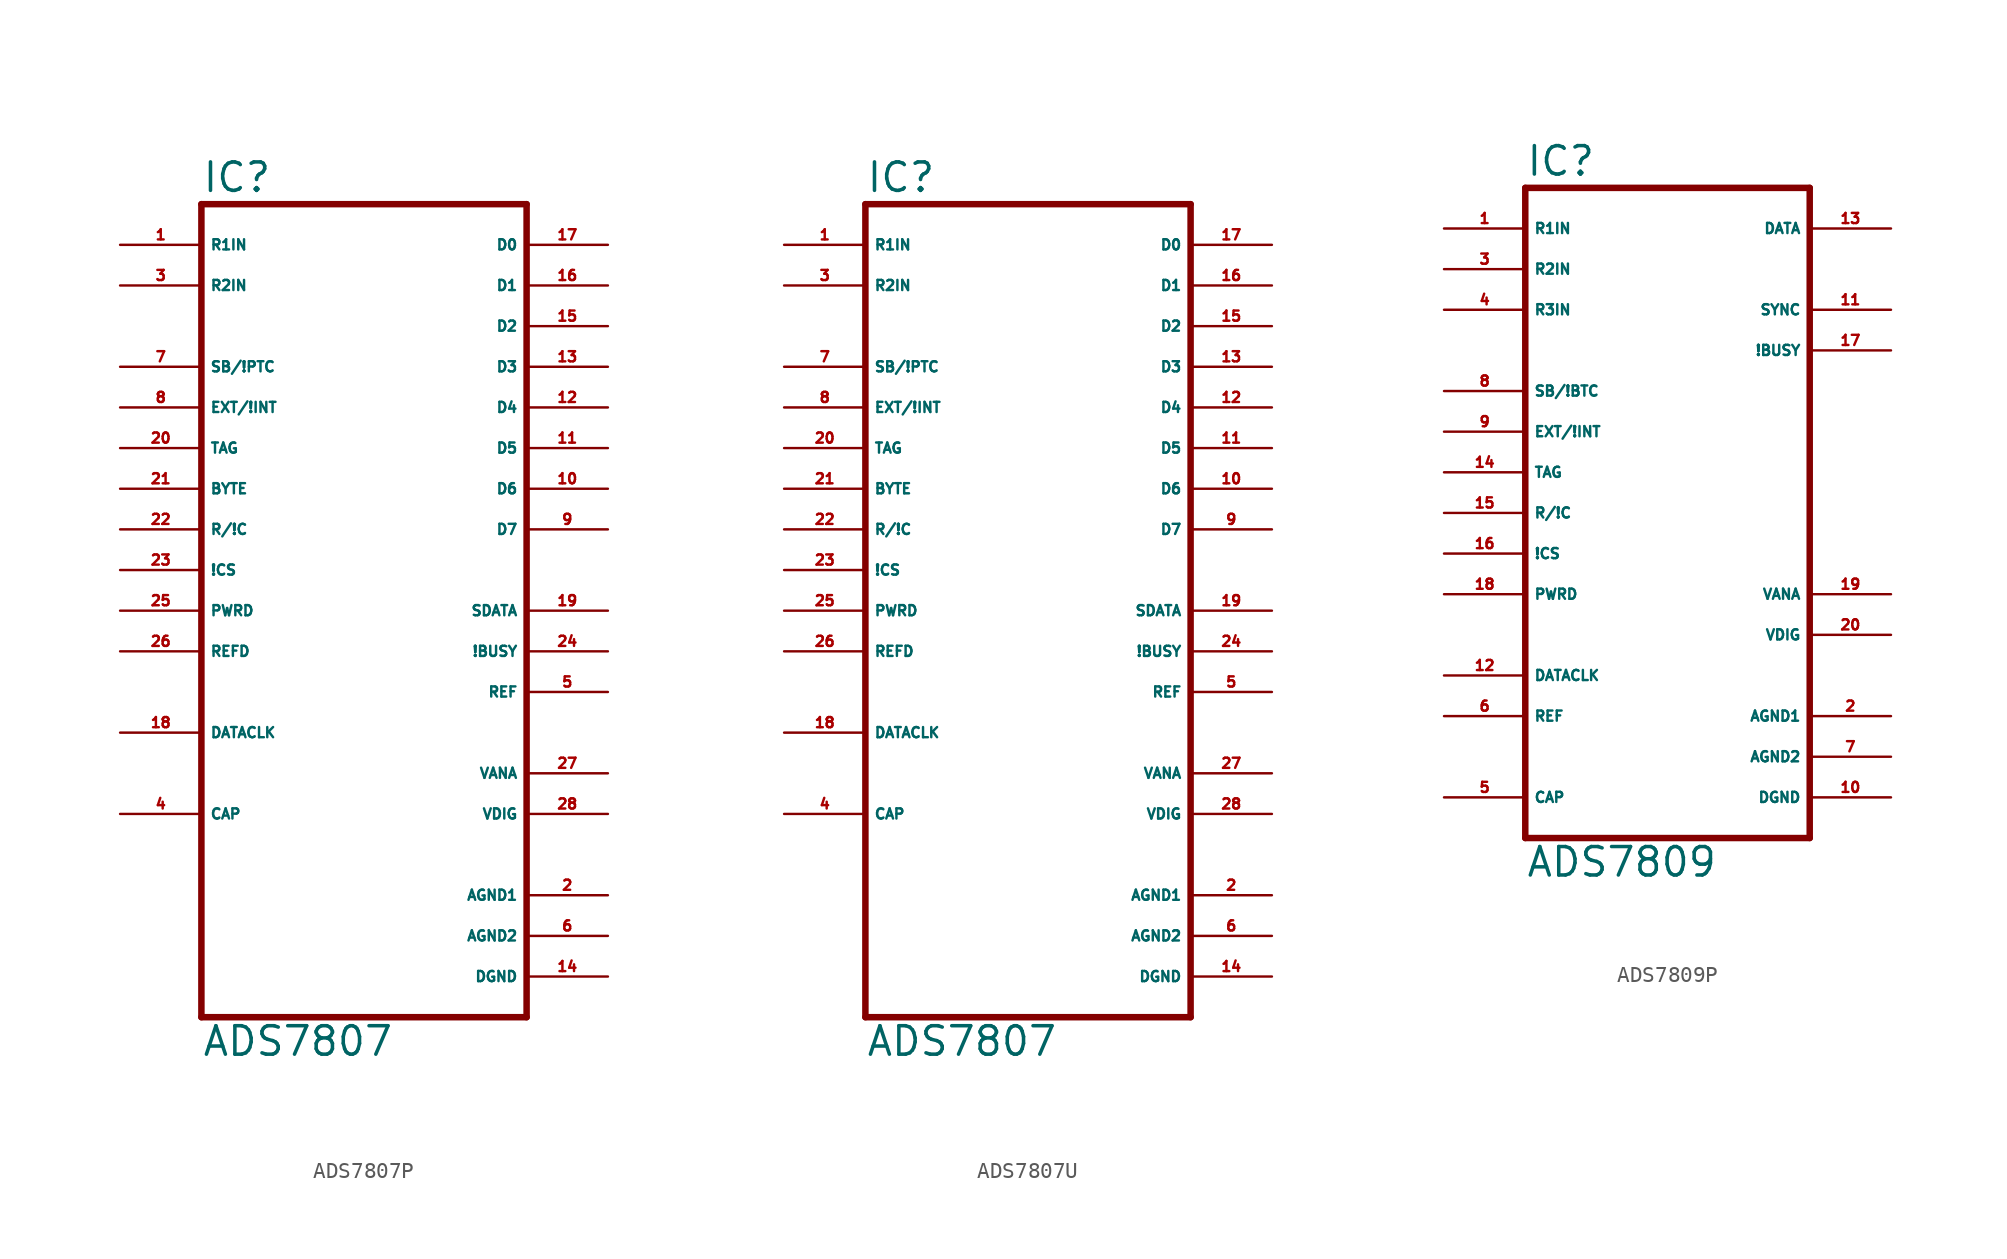
<source format=kicad_sym>
(kicad_symbol_lib
  (version 20220914)
  (generator Eagle2Kicad)
  (symbol "ADS7807P"
    (property "Reference" "IC"
      (at -10.16 26.035 0)
      (effects (font (size 1.778 1.778) (thickness 0.22)) (justify left bottom)))
    (property "Value" "ADS7807"
      (at -10.16 -27.94 0)
      (effects (font (size 1.778 1.778) (thickness 0.22)) (justify left bottom)))
    (polyline
      (pts (xy 10.16 -25.4) (xy 10.16 25.4))
      (stroke (width 0.406) (type default))
      (fill (type none)))
    (polyline
      (pts (xy 10.16 25.4) (xy -10.16 25.4))
      (stroke (width 0.406) (type default))
      (fill (type none)))
    (polyline
      (pts (xy -10.16 25.4) (xy -10.16 -25.4))
      (stroke (width 0.406) (type default))
      (fill (type none)))
    (polyline
      (pts (xy -10.16 -25.4) (xy 10.16 -25.4))
      (stroke (width 0.406) (type default))
      (fill (type none)))
    (pin input line
      (at -15.24 22.86 0)
      (length 5.08)
      (name "R1IN" (effects (font (size 0.635 0.635) (thickness 0.08)) (justify left bottom)))
      (number "1" (effects (font (size 0.635 0.635) (thickness 0.08)) (justify left bottom))))
    (pin input line
      (at -15.24 20.32 0)
      (length 5.08)
      (name "R2IN" (effects (font (size 0.635 0.635) (thickness 0.08)) (justify left bottom)))
      (number "3" (effects (font (size 0.635 0.635) (thickness 0.08)) (justify left bottom))))
    (pin input line
      (at -15.24 15.24 0)
      (length 5.08)
      (name "SB/!PTC" (effects (font (size 0.635 0.635) (thickness 0.08)) (justify left bottom)))
      (number "7" (effects (font (size 0.635 0.635) (thickness 0.08)) (justify left bottom))))
    (pin input line
      (at -15.24 12.7 0)
      (length 5.08)
      (name "EXT/!INT" (effects (font (size 0.635 0.635) (thickness 0.08)) (justify left bottom)))
      (number "8" (effects (font (size 0.635 0.635) (thickness 0.08)) (justify left bottom))))
    (pin input line
      (at -15.24 10.16 0)
      (length 5.08)
      (name "TAG" (effects (font (size 0.635 0.635) (thickness 0.08)) (justify left bottom)))
      (number "20" (effects (font (size 0.635 0.635) (thickness 0.08)) (justify left bottom))))
    (pin input line
      (at -15.24 7.62 0)
      (length 5.08)
      (name "BYTE" (effects (font (size 0.635 0.635) (thickness 0.08)) (justify left bottom)))
      (number "21" (effects (font (size 0.635 0.635) (thickness 0.08)) (justify left bottom))))
    (pin input line
      (at -15.24 5.08 0)
      (length 5.08)
      (name "R/!C" (effects (font (size 0.635 0.635) (thickness 0.08)) (justify left bottom)))
      (number "22" (effects (font (size 0.635 0.635) (thickness 0.08)) (justify left bottom))))
    (pin input line
      (at -15.24 2.54 0)
      (length 5.08)
      (name "!CS" (effects (font (size 0.635 0.635) (thickness 0.08)) (justify left bottom)))
      (number "23" (effects (font (size 0.635 0.635) (thickness 0.08)) (justify left bottom))))
    (pin input line
      (at -15.24 0 0)
      (length 5.08)
      (name "PWRD" (effects (font (size 0.635 0.635) (thickness 0.08)) (justify left bottom)))
      (number "25" (effects (font (size 0.635 0.635) (thickness 0.08)) (justify left bottom))))
    (pin input line
      (at -15.24 -2.54 0)
      (length 5.08)
      (name "REFD" (effects (font (size 0.635 0.635) (thickness 0.08)) (justify left bottom)))
      (number "26" (effects (font (size 0.635 0.635) (thickness 0.08)) (justify left bottom))))
    (pin bidirectional line
      (at -15.24 -7.62 0)
      (length 5.08)
      (name "DATACLK" (effects (font (size 0.635 0.635) (thickness 0.08)) (justify left bottom)))
      (number "18" (effects (font (size 0.635 0.635) (thickness 0.08)) (justify left bottom))))
    (pin output line
      (at 15.24 22.86 180)
      (length 5.08)
      (name "D0" (effects (font (size 0.635 0.635) (thickness 0.08)) (justify left bottom)))
      (number "17" (effects (font (size 0.635 0.635) (thickness 0.08)) (justify left bottom))))
    (pin output line
      (at 15.24 20.32 180)
      (length 5.08)
      (name "D1" (effects (font (size 0.635 0.635) (thickness 0.08)) (justify left bottom)))
      (number "16" (effects (font (size 0.635 0.635) (thickness 0.08)) (justify left bottom))))
    (pin output line
      (at 15.24 17.78 180)
      (length 5.08)
      (name "D2" (effects (font (size 0.635 0.635) (thickness 0.08)) (justify left bottom)))
      (number "15" (effects (font (size 0.635 0.635) (thickness 0.08)) (justify left bottom))))
    (pin output line
      (at 15.24 15.24 180)
      (length 5.08)
      (name "D3" (effects (font (size 0.635 0.635) (thickness 0.08)) (justify left bottom)))
      (number "13" (effects (font (size 0.635 0.635) (thickness 0.08)) (justify left bottom))))
    (pin output line
      (at 15.24 12.7 180)
      (length 5.08)
      (name "D4" (effects (font (size 0.635 0.635) (thickness 0.08)) (justify left bottom)))
      (number "12" (effects (font (size 0.635 0.635) (thickness 0.08)) (justify left bottom))))
    (pin output line
      (at 15.24 10.16 180)
      (length 5.08)
      (name "D5" (effects (font (size 0.635 0.635) (thickness 0.08)) (justify left bottom)))
      (number "11" (effects (font (size 0.635 0.635) (thickness 0.08)) (justify left bottom))))
    (pin output line
      (at 15.24 7.62 180)
      (length 5.08)
      (name "D6" (effects (font (size 0.635 0.635) (thickness 0.08)) (justify left bottom)))
      (number "10" (effects (font (size 0.635 0.635) (thickness 0.08)) (justify left bottom))))
    (pin output line
      (at 15.24 5.08 180)
      (length 5.08)
      (name "D7" (effects (font (size 0.635 0.635) (thickness 0.08)) (justify left bottom)))
      (number "9" (effects (font (size 0.635 0.635) (thickness 0.08)) (justify left bottom))))
    (pin output line
      (at 15.24 0 180)
      (length 5.08)
      (name "SDATA" (effects (font (size 0.635 0.635) (thickness 0.08)) (justify left bottom)))
      (number "19" (effects (font (size 0.635 0.635) (thickness 0.08)) (justify left bottom))))
    (pin output line
      (at 15.24 -2.54 180)
      (length 5.08)
      (name "!BUSY" (effects (font (size 0.635 0.635) (thickness 0.08)) (justify left bottom)))
      (number "24" (effects (font (size 0.635 0.635) (thickness 0.08)) (justify left bottom))))
    (pin passive line
      (at -15.24 -12.7 0)
      (length 5.08)
      (name "CAP" (effects (font (size 0.635 0.635) (thickness 0.08)) (justify left bottom)))
      (number "4" (effects (font (size 0.635 0.635) (thickness 0.08)) (justify left bottom))))
    (pin output line
      (at 15.24 -5.08 180)
      (length 5.08)
      (name "REF" (effects (font (size 0.635 0.635) (thickness 0.08)) (justify left bottom)))
      (number "5" (effects (font (size 0.635 0.635) (thickness 0.08)) (justify left bottom))))
    (pin unspecified line
      (at 15.24 -10.16 180)
      (length 5.08)
      (name "VANA" (effects (font (size 0.635 0.635) (thickness 0.08)) (justify left bottom)))
      (number "27" (effects (font (size 0.635 0.635) (thickness 0.08)) (justify left bottom))))
    (pin unspecified line
      (at 15.24 -12.7 180)
      (length 5.08)
      (name "VDIG" (effects (font (size 0.635 0.635) (thickness 0.08)) (justify left bottom)))
      (number "28" (effects (font (size 0.635 0.635) (thickness 0.08)) (justify left bottom))))
    (pin unspecified line
      (at 15.24 -17.78 180)
      (length 5.08)
      (name "AGND1" (effects (font (size 0.635 0.635) (thickness 0.08)) (justify left bottom)))
      (number "2" (effects (font (size 0.635 0.635) (thickness 0.08)) (justify left bottom))))
    (pin unspecified line
      (at 15.24 -20.32 180)
      (length 5.08)
      (name "AGND2" (effects (font (size 0.635 0.635) (thickness 0.08)) (justify left bottom)))
      (number "6" (effects (font (size 0.635 0.635) (thickness 0.08)) (justify left bottom))))
    (pin unspecified line
      (at 15.24 -22.86 180)
      (length 5.08)
      (name "DGND" (effects (font (size 0.635 0.635) (thickness 0.08)) (justify left bottom)))
      (number "14" (effects (font (size 0.635 0.635) (thickness 0.08)) (justify left bottom)))))
  (symbol "ADS7807U"
    (property "Reference" "IC"
      (at -10.16 26.035 0)
      (effects (font (size 1.778 1.778) (thickness 0.22)) (justify left bottom)))
    (property "Value" "ADS7807"
      (at -10.16 -27.94 0)
      (effects (font (size 1.778 1.778) (thickness 0.22)) (justify left bottom)))
    (polyline
      (pts (xy 10.16 -25.4) (xy 10.16 25.4))
      (stroke (width 0.406) (type default))
      (fill (type none)))
    (polyline
      (pts (xy 10.16 25.4) (xy -10.16 25.4))
      (stroke (width 0.406) (type default))
      (fill (type none)))
    (polyline
      (pts (xy -10.16 25.4) (xy -10.16 -25.4))
      (stroke (width 0.406) (type default))
      (fill (type none)))
    (polyline
      (pts (xy -10.16 -25.4) (xy 10.16 -25.4))
      (stroke (width 0.406) (type default))
      (fill (type none)))
    (pin input line
      (at -15.24 22.86 0)
      (length 5.08)
      (name "R1IN" (effects (font (size 0.635 0.635) (thickness 0.08)) (justify left bottom)))
      (number "1" (effects (font (size 0.635 0.635) (thickness 0.08)) (justify left bottom))))
    (pin input line
      (at -15.24 20.32 0)
      (length 5.08)
      (name "R2IN" (effects (font (size 0.635 0.635) (thickness 0.08)) (justify left bottom)))
      (number "3" (effects (font (size 0.635 0.635) (thickness 0.08)) (justify left bottom))))
    (pin input line
      (at -15.24 15.24 0)
      (length 5.08)
      (name "SB/!PTC" (effects (font (size 0.635 0.635) (thickness 0.08)) (justify left bottom)))
      (number "7" (effects (font (size 0.635 0.635) (thickness 0.08)) (justify left bottom))))
    (pin input line
      (at -15.24 12.7 0)
      (length 5.08)
      (name "EXT/!INT" (effects (font (size 0.635 0.635) (thickness 0.08)) (justify left bottom)))
      (number "8" (effects (font (size 0.635 0.635) (thickness 0.08)) (justify left bottom))))
    (pin input line
      (at -15.24 10.16 0)
      (length 5.08)
      (name "TAG" (effects (font (size 0.635 0.635) (thickness 0.08)) (justify left bottom)))
      (number "20" (effects (font (size 0.635 0.635) (thickness 0.08)) (justify left bottom))))
    (pin input line
      (at -15.24 7.62 0)
      (length 5.08)
      (name "BYTE" (effects (font (size 0.635 0.635) (thickness 0.08)) (justify left bottom)))
      (number "21" (effects (font (size 0.635 0.635) (thickness 0.08)) (justify left bottom))))
    (pin input line
      (at -15.24 5.08 0)
      (length 5.08)
      (name "R/!C" (effects (font (size 0.635 0.635) (thickness 0.08)) (justify left bottom)))
      (number "22" (effects (font (size 0.635 0.635) (thickness 0.08)) (justify left bottom))))
    (pin input line
      (at -15.24 2.54 0)
      (length 5.08)
      (name "!CS" (effects (font (size 0.635 0.635) (thickness 0.08)) (justify left bottom)))
      (number "23" (effects (font (size 0.635 0.635) (thickness 0.08)) (justify left bottom))))
    (pin input line
      (at -15.24 0 0)
      (length 5.08)
      (name "PWRD" (effects (font (size 0.635 0.635) (thickness 0.08)) (justify left bottom)))
      (number "25" (effects (font (size 0.635 0.635) (thickness 0.08)) (justify left bottom))))
    (pin input line
      (at -15.24 -2.54 0)
      (length 5.08)
      (name "REFD" (effects (font (size 0.635 0.635) (thickness 0.08)) (justify left bottom)))
      (number "26" (effects (font (size 0.635 0.635) (thickness 0.08)) (justify left bottom))))
    (pin bidirectional line
      (at -15.24 -7.62 0)
      (length 5.08)
      (name "DATACLK" (effects (font (size 0.635 0.635) (thickness 0.08)) (justify left bottom)))
      (number "18" (effects (font (size 0.635 0.635) (thickness 0.08)) (justify left bottom))))
    (pin output line
      (at 15.24 22.86 180)
      (length 5.08)
      (name "D0" (effects (font (size 0.635 0.635) (thickness 0.08)) (justify left bottom)))
      (number "17" (effects (font (size 0.635 0.635) (thickness 0.08)) (justify left bottom))))
    (pin output line
      (at 15.24 20.32 180)
      (length 5.08)
      (name "D1" (effects (font (size 0.635 0.635) (thickness 0.08)) (justify left bottom)))
      (number "16" (effects (font (size 0.635 0.635) (thickness 0.08)) (justify left bottom))))
    (pin output line
      (at 15.24 17.78 180)
      (length 5.08)
      (name "D2" (effects (font (size 0.635 0.635) (thickness 0.08)) (justify left bottom)))
      (number "15" (effects (font (size 0.635 0.635) (thickness 0.08)) (justify left bottom))))
    (pin output line
      (at 15.24 15.24 180)
      (length 5.08)
      (name "D3" (effects (font (size 0.635 0.635) (thickness 0.08)) (justify left bottom)))
      (number "13" (effects (font (size 0.635 0.635) (thickness 0.08)) (justify left bottom))))
    (pin output line
      (at 15.24 12.7 180)
      (length 5.08)
      (name "D4" (effects (font (size 0.635 0.635) (thickness 0.08)) (justify left bottom)))
      (number "12" (effects (font (size 0.635 0.635) (thickness 0.08)) (justify left bottom))))
    (pin output line
      (at 15.24 10.16 180)
      (length 5.08)
      (name "D5" (effects (font (size 0.635 0.635) (thickness 0.08)) (justify left bottom)))
      (number "11" (effects (font (size 0.635 0.635) (thickness 0.08)) (justify left bottom))))
    (pin output line
      (at 15.24 7.62 180)
      (length 5.08)
      (name "D6" (effects (font (size 0.635 0.635) (thickness 0.08)) (justify left bottom)))
      (number "10" (effects (font (size 0.635 0.635) (thickness 0.08)) (justify left bottom))))
    (pin output line
      (at 15.24 5.08 180)
      (length 5.08)
      (name "D7" (effects (font (size 0.635 0.635) (thickness 0.08)) (justify left bottom)))
      (number "9" (effects (font (size 0.635 0.635) (thickness 0.08)) (justify left bottom))))
    (pin output line
      (at 15.24 0 180)
      (length 5.08)
      (name "SDATA" (effects (font (size 0.635 0.635) (thickness 0.08)) (justify left bottom)))
      (number "19" (effects (font (size 0.635 0.635) (thickness 0.08)) (justify left bottom))))
    (pin output line
      (at 15.24 -2.54 180)
      (length 5.08)
      (name "!BUSY" (effects (font (size 0.635 0.635) (thickness 0.08)) (justify left bottom)))
      (number "24" (effects (font (size 0.635 0.635) (thickness 0.08)) (justify left bottom))))
    (pin passive line
      (at -15.24 -12.7 0)
      (length 5.08)
      (name "CAP" (effects (font (size 0.635 0.635) (thickness 0.08)) (justify left bottom)))
      (number "4" (effects (font (size 0.635 0.635) (thickness 0.08)) (justify left bottom))))
    (pin output line
      (at 15.24 -5.08 180)
      (length 5.08)
      (name "REF" (effects (font (size 0.635 0.635) (thickness 0.08)) (justify left bottom)))
      (number "5" (effects (font (size 0.635 0.635) (thickness 0.08)) (justify left bottom))))
    (pin unspecified line
      (at 15.24 -10.16 180)
      (length 5.08)
      (name "VANA" (effects (font (size 0.635 0.635) (thickness 0.08)) (justify left bottom)))
      (number "27" (effects (font (size 0.635 0.635) (thickness 0.08)) (justify left bottom))))
    (pin unspecified line
      (at 15.24 -12.7 180)
      (length 5.08)
      (name "VDIG" (effects (font (size 0.635 0.635) (thickness 0.08)) (justify left bottom)))
      (number "28" (effects (font (size 0.635 0.635) (thickness 0.08)) (justify left bottom))))
    (pin unspecified line
      (at 15.24 -17.78 180)
      (length 5.08)
      (name "AGND1" (effects (font (size 0.635 0.635) (thickness 0.08)) (justify left bottom)))
      (number "2" (effects (font (size 0.635 0.635) (thickness 0.08)) (justify left bottom))))
    (pin unspecified line
      (at 15.24 -20.32 180)
      (length 5.08)
      (name "AGND2" (effects (font (size 0.635 0.635) (thickness 0.08)) (justify left bottom)))
      (number "6" (effects (font (size 0.635 0.635) (thickness 0.08)) (justify left bottom))))
    (pin unspecified line
      (at 15.24 -22.86 180)
      (length 5.08)
      (name "DGND" (effects (font (size 0.635 0.635) (thickness 0.08)) (justify left bottom)))
      (number "14" (effects (font (size 0.635 0.635) (thickness 0.08)) (justify left bottom)))))
  (symbol "ADS7809P"
    (property "Reference" "IC"
      (at -10.16 20.955 0)
      (effects (font (size 1.778 1.778) (thickness 0.22)) (justify left bottom)))
    (property "Value" "ADS7809"
      (at -10.16 -22.86 0)
      (effects (font (size 1.778 1.778) (thickness 0.22)) (justify left bottom)))
    (polyline
      (pts (xy -10.16 -20.32) (xy -10.16 20.32))
      (stroke (width 0.406) (type default))
      (fill (type none)))
    (polyline
      (pts (xy -10.16 20.32) (xy 7.62 20.32))
      (stroke (width 0.406) (type default))
      (fill (type none)))
    (polyline
      (pts (xy 7.62 20.32) (xy 7.62 -20.32))
      (stroke (width 0.406) (type default))
      (fill (type none)))
    (polyline
      (pts (xy 7.62 -20.32) (xy -10.16 -20.32))
      (stroke (width 0.406) (type default))
      (fill (type none)))
    (pin input line
      (at -15.24 17.78 0)
      (length 5.08)
      (name "R1IN" (effects (font (size 0.635 0.635) (thickness 0.08)) (justify left bottom)))
      (number "1" (effects (font (size 0.635 0.635) (thickness 0.08)) (justify left bottom))))
    (pin input line
      (at -15.24 15.24 0)
      (length 5.08)
      (name "R2IN" (effects (font (size 0.635 0.635) (thickness 0.08)) (justify left bottom)))
      (number "3" (effects (font (size 0.635 0.635) (thickness 0.08)) (justify left bottom))))
    (pin input line
      (at -15.24 12.7 0)
      (length 5.08)
      (name "R3IN" (effects (font (size 0.635 0.635) (thickness 0.08)) (justify left bottom)))
      (number "4" (effects (font (size 0.635 0.635) (thickness 0.08)) (justify left bottom))))
    (pin input line
      (at -15.24 7.62 0)
      (length 5.08)
      (name "SB/!BTC" (effects (font (size 0.635 0.635) (thickness 0.08)) (justify left bottom)))
      (number "8" (effects (font (size 0.635 0.635) (thickness 0.08)) (justify left bottom))))
    (pin input line
      (at -15.24 5.08 0)
      (length 5.08)
      (name "EXT/!INT" (effects (font (size 0.635 0.635) (thickness 0.08)) (justify left bottom)))
      (number "9" (effects (font (size 0.635 0.635) (thickness 0.08)) (justify left bottom))))
    (pin input line
      (at -15.24 2.54 0)
      (length 5.08)
      (name "TAG" (effects (font (size 0.635 0.635) (thickness 0.08)) (justify left bottom)))
      (number "14" (effects (font (size 0.635 0.635) (thickness 0.08)) (justify left bottom))))
    (pin input line
      (at -15.24 0 0)
      (length 5.08)
      (name "R/!C" (effects (font (size 0.635 0.635) (thickness 0.08)) (justify left bottom)))
      (number "15" (effects (font (size 0.635 0.635) (thickness 0.08)) (justify left bottom))))
    (pin input line
      (at -15.24 -2.54 0)
      (length 5.08)
      (name "!CS" (effects (font (size 0.635 0.635) (thickness 0.08)) (justify left bottom)))
      (number "16" (effects (font (size 0.635 0.635) (thickness 0.08)) (justify left bottom))))
    (pin input line
      (at -15.24 -5.08 0)
      (length 5.08)
      (name "PWRD" (effects (font (size 0.635 0.635) (thickness 0.08)) (justify left bottom)))
      (number "18" (effects (font (size 0.635 0.635) (thickness 0.08)) (justify left bottom))))
    (pin bidirectional line
      (at -15.24 -12.7 0)
      (length 5.08)
      (name "REF" (effects (font (size 0.635 0.635) (thickness 0.08)) (justify left bottom)))
      (number "6" (effects (font (size 0.635 0.635) (thickness 0.08)) (justify left bottom))))
    (pin bidirectional line
      (at -15.24 -10.16 0)
      (length 5.08)
      (name "DATACLK" (effects (font (size 0.635 0.635) (thickness 0.08)) (justify left bottom)))
      (number "12" (effects (font (size 0.635 0.635) (thickness 0.08)) (justify left bottom))))
    (pin output line
      (at 12.7 17.78 180)
      (length 5.08)
      (name "DATA" (effects (font (size 0.635 0.635) (thickness 0.08)) (justify left bottom)))
      (number "13" (effects (font (size 0.635 0.635) (thickness 0.08)) (justify left bottom))))
    (pin passive line
      (at -15.24 -17.78 0)
      (length 5.08)
      (name "CAP" (effects (font (size 0.635 0.635) (thickness 0.08)) (justify left bottom)))
      (number "5" (effects (font (size 0.635 0.635) (thickness 0.08)) (justify left bottom))))
    (pin unspecified line
      (at 12.7 -17.78 180)
      (length 5.08)
      (name "DGND" (effects (font (size 0.635 0.635) (thickness 0.08)) (justify left bottom)))
      (number "10" (effects (font (size 0.635 0.635) (thickness 0.08)) (justify left bottom))))
    (pin unspecified line
      (at 12.7 -15.24 180)
      (length 5.08)
      (name "AGND2" (effects (font (size 0.635 0.635) (thickness 0.08)) (justify left bottom)))
      (number "7" (effects (font (size 0.635 0.635) (thickness 0.08)) (justify left bottom))))
    (pin unspecified line
      (at 12.7 -12.7 180)
      (length 5.08)
      (name "AGND1" (effects (font (size 0.635 0.635) (thickness 0.08)) (justify left bottom)))
      (number "2" (effects (font (size 0.635 0.635) (thickness 0.08)) (justify left bottom))))
    (pin unspecified line
      (at 12.7 -7.62 180)
      (length 5.08)
      (name "VDIG" (effects (font (size 0.635 0.635) (thickness 0.08)) (justify left bottom)))
      (number "20" (effects (font (size 0.635 0.635) (thickness 0.08)) (justify left bottom))))
    (pin unspecified line
      (at 12.7 -5.08 180)
      (length 5.08)
      (name "VANA" (effects (font (size 0.635 0.635) (thickness 0.08)) (justify left bottom)))
      (number "19" (effects (font (size 0.635 0.635) (thickness 0.08)) (justify left bottom))))
    (pin output line
      (at 12.7 12.7 180)
      (length 5.08)
      (name "SYNC" (effects (font (size 0.635 0.635) (thickness 0.08)) (justify left bottom)))
      (number "11" (effects (font (size 0.635 0.635) (thickness 0.08)) (justify left bottom))))
    (pin output line
      (at 12.7 10.16 180)
      (length 5.08)
      (name "!BUSY" (effects (font (size 0.635 0.635) (thickness 0.08)) (justify left bottom)))
      (number "17" (effects (font (size 0.635 0.635) (thickness 0.08)) (justify left bottom))))))
</source>
